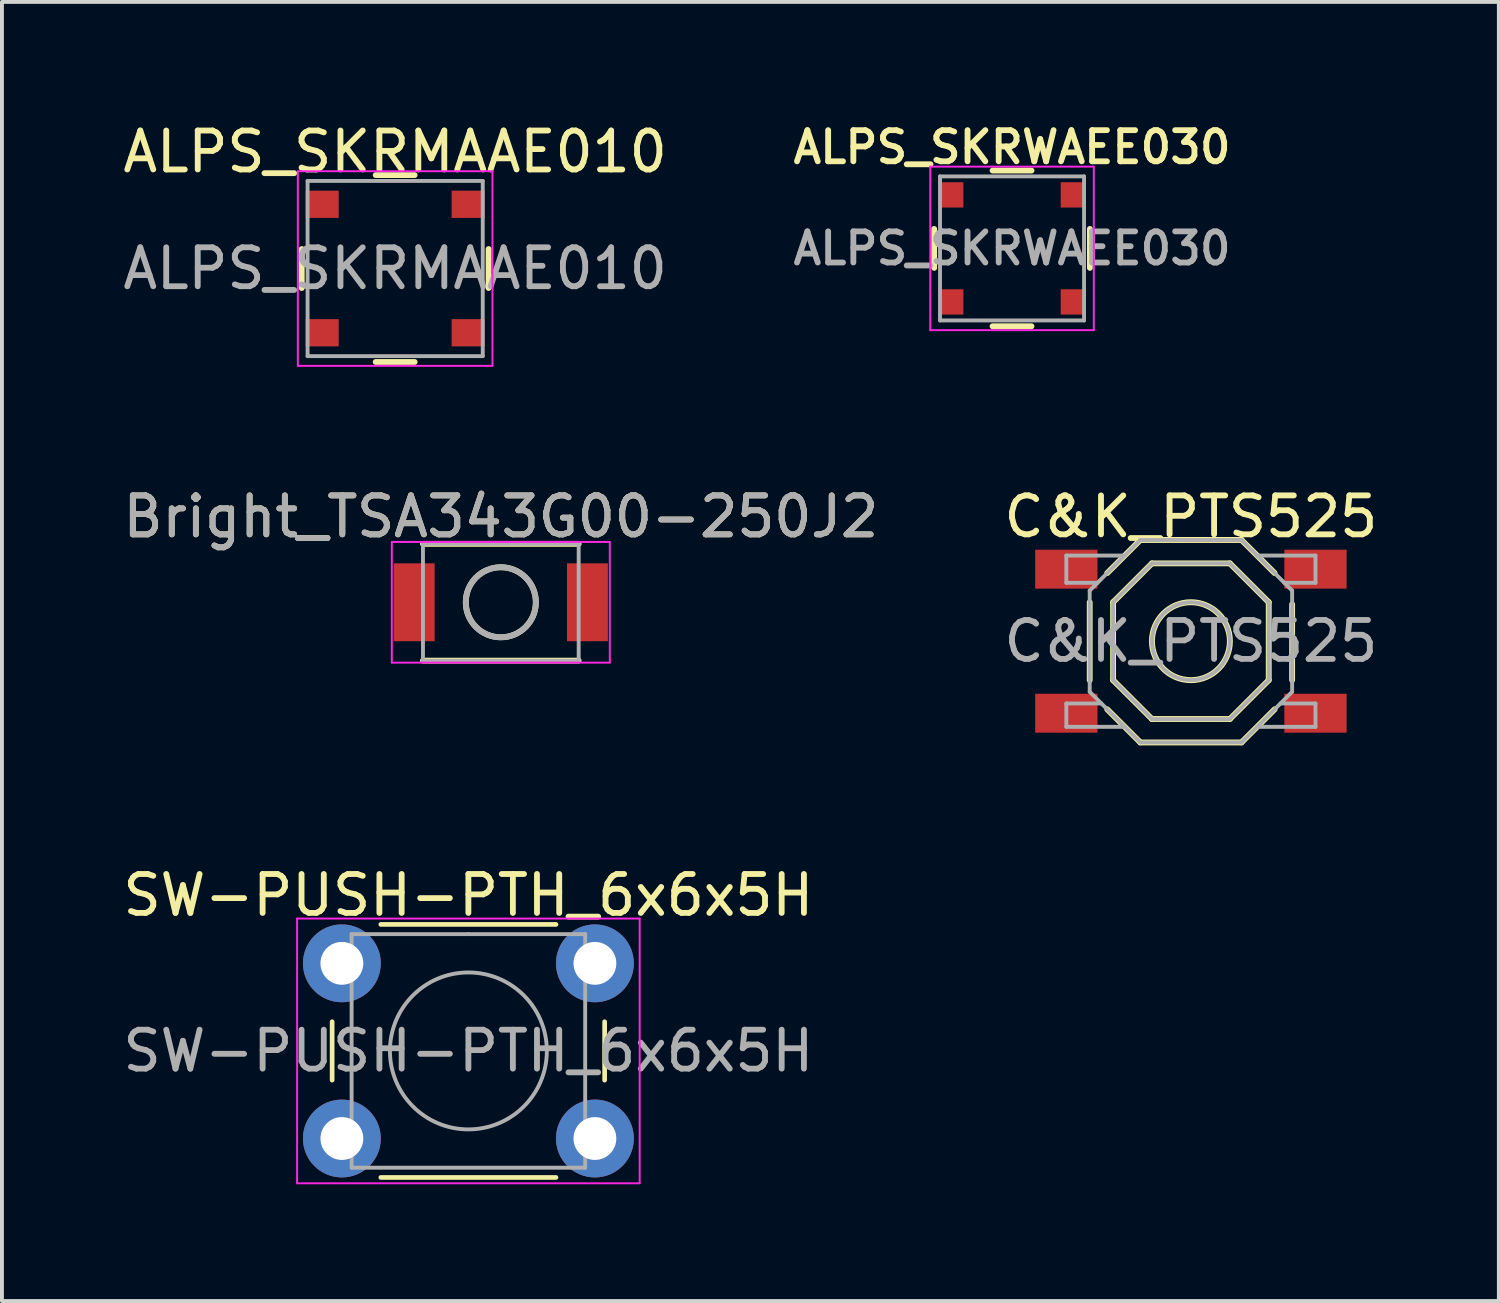
<source format=kicad_pcb>
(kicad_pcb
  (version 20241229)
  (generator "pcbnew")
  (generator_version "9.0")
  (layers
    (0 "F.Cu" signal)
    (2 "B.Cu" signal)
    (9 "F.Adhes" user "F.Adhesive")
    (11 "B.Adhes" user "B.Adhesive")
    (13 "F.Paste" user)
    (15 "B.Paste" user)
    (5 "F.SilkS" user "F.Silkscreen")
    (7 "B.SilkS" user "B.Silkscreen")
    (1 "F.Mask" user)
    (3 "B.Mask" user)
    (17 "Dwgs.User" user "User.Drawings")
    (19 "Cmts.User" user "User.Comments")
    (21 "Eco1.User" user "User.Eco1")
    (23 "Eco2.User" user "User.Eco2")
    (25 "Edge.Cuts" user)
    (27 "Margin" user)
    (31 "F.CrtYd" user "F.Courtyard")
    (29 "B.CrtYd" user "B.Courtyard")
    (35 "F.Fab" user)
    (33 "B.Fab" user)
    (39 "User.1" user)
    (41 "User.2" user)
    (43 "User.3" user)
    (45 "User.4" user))
  (footprint "SW-PUSH-PTH_6x6x5H"
    (layer "F.Cu")
    (at 8.982 23.946)
    (property "Reference" "SW-PUSH-PTH_6x6x5H" (at 0 -4 0) (layer "F.SilkS") (effects (font (size 1 1) (thickness 0.15))))
    (attr through_hole)
    (fp_line (start -3.5 -0.75) (end -3.5 0.75) (stroke (width 0.12) (type solid)) (layer "F.SilkS"))
    (fp_line (start -2.25 3.25) (end 2.25 3.25) (stroke (width 0.12) (type solid)) (layer "F.SilkS"))
    (fp_line (start 2.25 -3.25) (end -2.25 -3.25) (stroke (width 0.12) (type solid)) (layer "F.SilkS"))
    (fp_line (start 3.5 0.75) (end 3.5 -0.75) (stroke (width 0.12) (type solid)) (layer "F.SilkS"))
    (fp_line (start -4.4 -3.4) (end 4.4 -3.4) (stroke (width 0.05) (type solid)) (layer "F.CrtYd"))
    (fp_line (start -4.4 -3.3) (end -4.4 -3.4) (stroke (width 0.05) (type solid)) (layer "F.CrtYd"))
    (fp_line (start -4.4 3.4) (end -4.4 -3.3) (stroke (width 0.05) (type solid)) (layer "F.CrtYd"))
    (fp_line (start 4.4 -3.4) (end 4.4 3.4) (stroke (width 0.05) (type solid)) (layer "F.CrtYd"))
    (fp_line (start 4.4 3.4) (end -4.4 3.4) (stroke (width 0.05) (type solid)) (layer "F.CrtYd"))
    (fp_line (start -3 -3) (end 0 -3) (stroke (width 0.1) (type solid)) (layer "F.Fab"))
    (fp_line (start -3 3) (end -3 -3) (stroke (width 0.1) (type solid)) (layer "F.Fab"))
    (fp_line (start 0 -3) (end 3 -3) (stroke (width 0.1) (type solid)) (layer "F.Fab"))
    (fp_line (start 3 -3) (end 3 3) (stroke (width 0.1) (type solid)) (layer "F.Fab"))
    (fp_line (start 3 3) (end -3 3) (stroke (width 0.1) (type solid)) (layer "F.Fab"))
    (fp_circle (center 0 0) (end -2 0.25) (stroke (width 0.1) (type solid)) (fill no) (layer "F.Fab"))
    (fp_text user "${REFERENCE}" (at 0 0 0) (layer "F.Fab") (effects (font (size 1 1) (thickness 0.15))))
    (pad "1" thru_hole circle (at -3.25 -2.25 90) (size 2 2) (drill 1.1) (layers "*.Cu" "*.Mask"))
    (pad "1" thru_hole circle (at 3.25 -2.25 90) (size 2 2) (drill 1.1) (layers "*.Cu" "*.Mask"))
    (pad "2" thru_hole circle (at -3.25 2.25 90) (size 2 2) (drill 1.1) (layers "*.Cu" "*.Mask"))
    (pad "2" thru_hole circle (at 3.25 2.25 90) (size 2 2) (drill 1.1) (layers "*.Cu" "*.Mask")))
  (footprint "ALPS_SKRWAEE030"
    (layer "F.Cu")
    (at 22.947 3.331)
    (property "Reference" "ALPS_SKRWAEE030" (at 0 -2.6 0) (layer "F.SilkS") (effects (font (size 0.8 0.8) (thickness 0.15))))
    (attr smd)
    (fp_line (start -2 -0.5) (end -2 0.5) (stroke (width 0.15) (type solid)) (layer "F.SilkS"))
    (fp_line (start -0.5 -2) (end 0.5 -2) (stroke (width 0.15) (type solid)) (layer "F.SilkS"))
    (fp_line (start -0.5 2) (end 0.5 2) (stroke (width 0.15) (type solid)) (layer "F.SilkS"))
    (fp_line (start 2 -0.5) (end 2 0.5) (stroke (width 0.15) (type solid)) (layer "F.SilkS"))
    (fp_line (start -2.1 -2.1) (end 2.1 -2.1) (stroke (width 0.05) (type solid)) (layer "F.CrtYd"))
    (fp_line (start -2.1 2.1) (end -2.1 -2.1) (stroke (width 0.05) (type solid)) (layer "F.CrtYd"))
    (fp_line (start 2.1 -2.1) (end 2.1 2.1) (stroke (width 0.05) (type solid)) (layer "F.CrtYd"))
    (fp_line (start 2.1 2.1) (end -2.1 2.1) (stroke (width 0.05) (type solid)) (layer "F.CrtYd"))
    (fp_line (start -1.85 -1.85) (end -1.85 1.85) (stroke (width 0.1) (type solid)) (layer "F.Fab"))
    (fp_line (start -1.85 -1.85) (end 1.85 -1.85) (stroke (width 0.1) (type solid)) (layer "F.Fab"))
    (fp_line (start -1.85 1.85) (end 1.85 1.85) (stroke (width 0.1) (type solid)) (layer "F.Fab"))
    (fp_line (start 1.85 -1.85) (end 1.85 1.85) (stroke (width 0.1) (type solid)) (layer "F.Fab"))
    (fp_text user "${REFERENCE}" (at 0 0 0) (layer "F.Fab") (effects (font (size 0.8 0.8) (thickness 0.15))))
    (pad "1" smd rect (at -1.55 -1.375) (size 0.6 0.65) (layers "F.Cu" "F.Mask" "F.Paste"))
    (pad "1" smd rect (at 1.55 -1.375) (size 0.6 0.65) (layers "F.Cu" "F.Mask" "F.Paste"))
    (pad "2" smd rect (at -1.55 1.375) (size 0.6 0.65) (layers "F.Cu" "F.Mask" "F.Paste"))
    (pad "2" smd rect (at 1.55 1.375) (size 0.6 0.65) (layers "F.Cu" "F.Mask" "F.Paste")))
  (footprint "C&K_PTS525"
    (layer "F.Cu")
    (at 27.542 13.421)
    (property "Reference" "C&K_PTS525" (at 0 -3.2 0) (layer "F.SilkS") (effects (font (size 1 1) (thickness 0.15))))
    (attr smd)
    (fp_line (start -2.6 -1) (end -2.6 1) (stroke (width 0.15) (type solid)) (layer "F.SilkS"))
    (fp_line (start -1.999 -1.001) (end -1.999 1.001) (stroke (width 0.15) (type solid)) (layer "F.SilkS"))
    (fp_line (start -1.999 1.001) (end -1.001 1.999) (stroke (width 0.15) (type solid)) (layer "F.SilkS"))
    (fp_line (start -1.3 2.601) (end 1.3 2.601) (stroke (width 0.15) (type solid)) (layer "F.SilkS"))
    (fp_line (start -1.3 -2.6) (end -2.15 -1.75) (stroke (width 0.15) (type solid)) (layer "F.SilkS"))
    (fp_line (start -1.3 2.6) (end -2.15 1.75) (stroke (width 0.15) (type solid)) (layer "F.SilkS"))
    (fp_line (start -1.001 -1.999) (end -1.999 -1.001) (stroke (width 0.15) (type solid)) (layer "F.SilkS"))
    (fp_line (start -1.001 1.999) (end 1.001 1.999) (stroke (width 0.15) (type solid)) (layer "F.SilkS"))
    (fp_line (start 1.001 -1.999) (end -1.001 -1.999) (stroke (width 0.15) (type solid)) (layer "F.SilkS"))
    (fp_line (start 1.001 1.999) (end 1.999 1.001) (stroke (width 0.15) (type solid)) (layer "F.SilkS"))
    (fp_line (start 1.3 -2.6) (end 2.15 -1.75) (stroke (width 0.15) (type solid)) (layer "F.SilkS"))
    (fp_line (start 1.3 2.6) (end 2.15 1.75) (stroke (width 0.15) (type solid)) (layer "F.SilkS"))
    (fp_line (start 1.3 -2.601) (end -1.3 -2.601) (stroke (width 0.152) (type solid)) (layer "F.SilkS"))
    (fp_line (start 1.999 -1.001) (end 1.001 -1.999) (stroke (width 0.15) (type solid)) (layer "F.SilkS"))
    (fp_line (start 1.999 1.001) (end 1.999 -1.001) (stroke (width 0.15) (type solid)) (layer "F.SilkS"))
    (fp_line (start 2.6 1) (end 2.6 -0.95) (stroke (width 0.15) (type solid)) (layer "F.SilkS"))
    (fp_circle (center 0 0) (end -1.001 0) (stroke (width 0.152) (type solid)) (fill no) (layer "F.SilkS"))
    (fp_line (start -3.2 -2.2) (end -3.2 -1.5) (stroke (width 0.1) (type solid)) (layer "F.Fab"))
    (fp_line (start -3.2 -2.2) (end -1.7 -2.2) (stroke (width 0.1) (type solid)) (layer "F.Fab"))
    (fp_line (start -3.2 -1.5) (end -2.4 -1.5) (stroke (width 0.1) (type solid)) (layer "F.Fab"))
    (fp_line (start -3.2 1.6) (end -2.3 1.6) (stroke (width 0.1) (type solid)) (layer "F.Fab"))
    (fp_line (start -3.2 2.2) (end -3.2 1.6) (stroke (width 0.1) (type solid)) (layer "F.Fab"))
    (fp_line (start -3.2 2.2) (end -1.7 2.2) (stroke (width 0.1) (type solid)) (layer "F.Fab"))
    (fp_line (start -2.6 -1.3) (end -2.6 1.3) (stroke (width 0.1) (type solid)) (layer "F.Fab"))
    (fp_line (start -2.6 1.3) (end -1.3 2.6) (stroke (width 0.1) (type solid)) (layer "F.Fab"))
    (fp_line (start -2 -1) (end -1 -2) (stroke (width 0.1) (type solid)) (layer "F.Fab"))
    (fp_line (start -2 1) (end -2 -1) (stroke (width 0.1) (type solid)) (layer "F.Fab"))
    (fp_line (start -1.3 -2.6) (end -2.6 -1.3) (stroke (width 0.1) (type solid)) (layer "F.Fab"))
    (fp_line (start -1.3 2.6) (end 1.3 2.6) (stroke (width 0.1) (type solid)) (layer "F.Fab"))
    (fp_line (start -1 -2) (end 1 -2) (stroke (width 0.1) (type solid)) (layer "F.Fab"))
    (fp_line (start -1 2) (end -2 1) (stroke (width 0.1) (type solid)) (layer "F.Fab"))
    (fp_line (start 1 -2) (end 2 -1) (stroke (width 0.1) (type solid)) (layer "F.Fab"))
    (fp_line (start 1 2) (end -1 2) (stroke (width 0.1) (type solid)) (layer "F.Fab"))
    (fp_line (start 1.3 -2.6) (end -1.3 -2.6) (stroke (width 0.1) (type solid)) (layer "F.Fab"))
    (fp_line (start 1.3 2.6) (end 2.6 1.3) (stroke (width 0.1) (type solid)) (layer "F.Fab"))
    (fp_line (start 1.7 -2.2) (end 3.2 -2.2) (stroke (width 0.1) (type solid)) (layer "F.Fab"))
    (fp_line (start 2 -1) (end 2 1) (stroke (width 0.1) (type solid)) (layer "F.Fab"))
    (fp_line (start 2 1) (end 1 2) (stroke (width 0.1) (type solid)) (layer "F.Fab"))
    (fp_line (start 2.6 -1.3) (end 1.3 -2.6) (stroke (width 0.1) (type solid)) (layer "F.Fab"))
    (fp_line (start 2.6 1.3) (end 2.6 -1.3) (stroke (width 0.1) (type solid)) (layer "F.Fab"))
    (fp_line (start 3.2 -2.2) (end 3.2 -1.5) (stroke (width 0.1) (type solid)) (layer "F.Fab"))
    (fp_line (start 3.2 -1.5) (end 2.4 -1.5) (stroke (width 0.1) (type solid)) (layer "F.Fab"))
    (fp_line (start 3.2 1.6) (end 2.3 1.6) (stroke (width 0.1) (type solid)) (layer "F.Fab"))
    (fp_line (start 3.2 1.6) (end 3.2 2.2) (stroke (width 0.1) (type solid)) (layer "F.Fab"))
    (fp_line (start 3.2 2.2) (end 1.7 2.2) (stroke (width 0.1) (type solid)) (layer "F.Fab"))
    (fp_circle (center 0 0) (end 0 -1) (stroke (width 0.1) (type solid)) (fill no) (layer "F.Fab"))
    (fp_text user "${REFERENCE}" (at 0 0 0) (layer "F.Fab") (effects (font (size 1 1) (thickness 0.15))))
    (pad "1" smd rect (at -3.2 -1.85) (size 1.6 1) (layers "F.Cu" "F.Mask" "F.Paste"))
    (pad "1" smd rect (at 3.2 -1.85) (size 1.6 1) (layers "F.Cu" "F.Mask" "F.Paste"))
    (pad "2" smd rect (at -3.2 1.85) (size 1.6 1) (layers "F.Cu" "F.Mask" "F.Paste"))
    (pad "2" smd rect (at 3.2 1.85) (size 1.6 1) (layers "F.Cu" "F.Mask" "F.Paste")))
  (footprint "ALPS_SKRMAAE010"
    (layer "F.Cu")
    (at 7.101 3.848)
    (property "Reference" "ALPS_SKRMAAE010" (at 0 -3 0) (layer "F.SilkS") (effects (font (size 1 1) (thickness 0.15))))
    (attr smd)
    (fp_line (start -2.4 -0.5) (end -2.4 0.5) (stroke (width 0.15) (type solid)) (layer "F.SilkS"))
    (fp_line (start -0.5 -2.4) (end 0.5 -2.4) (stroke (width 0.15) (type solid)) (layer "F.SilkS"))
    (fp_line (start -0.5 2.4) (end 0.5 2.4) (stroke (width 0.15) (type solid)) (layer "F.SilkS"))
    (fp_line (start 2.4 -0.5) (end 2.4 0.5) (stroke (width 0.15) (type solid)) (layer "F.SilkS"))
    (fp_line (start -2.5 -2.5) (end 2.5 -2.5) (stroke (width 0.05) (type solid)) (layer "F.CrtYd"))
    (fp_line (start -2.5 2.5) (end -2.5 -2.5) (stroke (width 0.05) (type solid)) (layer "F.CrtYd"))
    (fp_line (start 2.5 -2.5) (end 2.5 2.5) (stroke (width 0.05) (type solid)) (layer "F.CrtYd"))
    (fp_line (start 2.5 2.5) (end -2.5 2.5) (stroke (width 0.05) (type solid)) (layer "F.CrtYd"))
    (fp_line (start -2.25 -2.25) (end 2.25 -2.25) (stroke (width 0.1) (type solid)) (layer "F.Fab"))
    (fp_line (start -2.25 2.25) (end -2.25 -2.25) (stroke (width 0.1) (type solid)) (layer "F.Fab"))
    (fp_line (start -2.25 2.25) (end 2.25 2.25) (stroke (width 0.1) (type solid)) (layer "F.Fab"))
    (fp_line (start 2.25 -2.25) (end 2.25 2.25) (stroke (width 0.1) (type solid)) (layer "F.Fab"))
    (fp_text user "${REFERENCE}" (at 0 0 0) (layer "F.Fab") (effects (font (size 1 1) (thickness 0.15))))
    (pad "1" smd rect (at -1.875 -1.65) (size 0.85 0.7) (layers "F.Cu" "F.Mask" "F.Paste"))
    (pad "1" smd rect (at 1.875 -1.65) (size 0.85 0.7) (layers "F.Cu" "F.Mask" "F.Paste"))
    (pad "2" smd rect (at -1.875 1.65) (size 0.85 0.7) (layers "F.Cu" "F.Mask" "F.Paste"))
    (pad "2" smd rect (at 1.875 1.65) (size 0.85 0.7) (layers "F.Cu" "F.Mask" "F.Paste")))
  (footprint "Bright_TSA343G00-250J2"
    (layer "F.Cu")
    (at 9.815 12.421)
    (property "Reference" "Bright_TSA343G00-250J2" (at 0 -2.2 0) (layer "F.SilkS") (effects (font (size 1 1) (thickness 0.15))))
    (attr smd)
    (fp_line (start -2 -1.5) (end 2 -1.5) (stroke (width 0.15) (type solid)) (layer "F.SilkS"))
    (fp_line (start -2 1.5) (end 2 1.5) (stroke (width 0.15) (type solid)) (layer "F.SilkS"))
    (fp_circle (center 0 0) (end 0.9 0) (stroke (width 0.15) (type solid)) (fill no) (layer "F.SilkS"))
    (fp_line (start -2.8 -1.55) (end 2.8 -1.55) (stroke (width 0.05) (type solid)) (layer "F.CrtYd"))
    (fp_line (start -2.8 1.55) (end -2.8 -1.55) (stroke (width 0.05) (type solid)) (layer "F.CrtYd"))
    (fp_line (start 2.8 -1.55) (end 2.8 1.55) (stroke (width 0.05) (type solid)) (layer "F.CrtYd"))
    (fp_line (start 2.8 1.55) (end -2.8 1.55) (stroke (width 0.05) (type solid)) (layer "F.CrtYd"))
    (fp_line (start -2 -1.5) (end 2 -1.5) (stroke (width 0.1) (type solid)) (layer "F.Fab"))
    (fp_line (start -2 1.5) (end -2 -1.5) (stroke (width 0.1) (type solid)) (layer "F.Fab"))
    (fp_line (start -2 1.5) (end 2 1.5) (stroke (width 0.1) (type solid)) (layer "F.Fab"))
    (fp_line (start 2 1.5) (end 2 -1.5) (stroke (width 0.1) (type solid)) (layer "F.Fab"))
    (fp_circle (center 0 0) (end 0.9 0) (stroke (width 0.15) (type solid)) (fill no) (layer "F.Fab"))
    (fp_text user "${REFERENCE}" (at 0 -2.2 0) (layer "F.Fab") (effects (font (size 1 1) (thickness 0.15))))
    (pad "1" smd rect (at -2.225 0) (size 1.05 2) (layers "F.Cu" "F.Mask" "F.Paste"))
    (pad "2" smd rect (at 2.225 0) (size 1.05 2) (layers "F.Cu" "F.Mask" "F.Paste")))
  (gr_rect
    (start -3 -3)
    (end 35.452 30.371)
    (stroke (width 0.1) (type default))
    (fill no)
    (layer "Edge.Cuts")))
</source>
